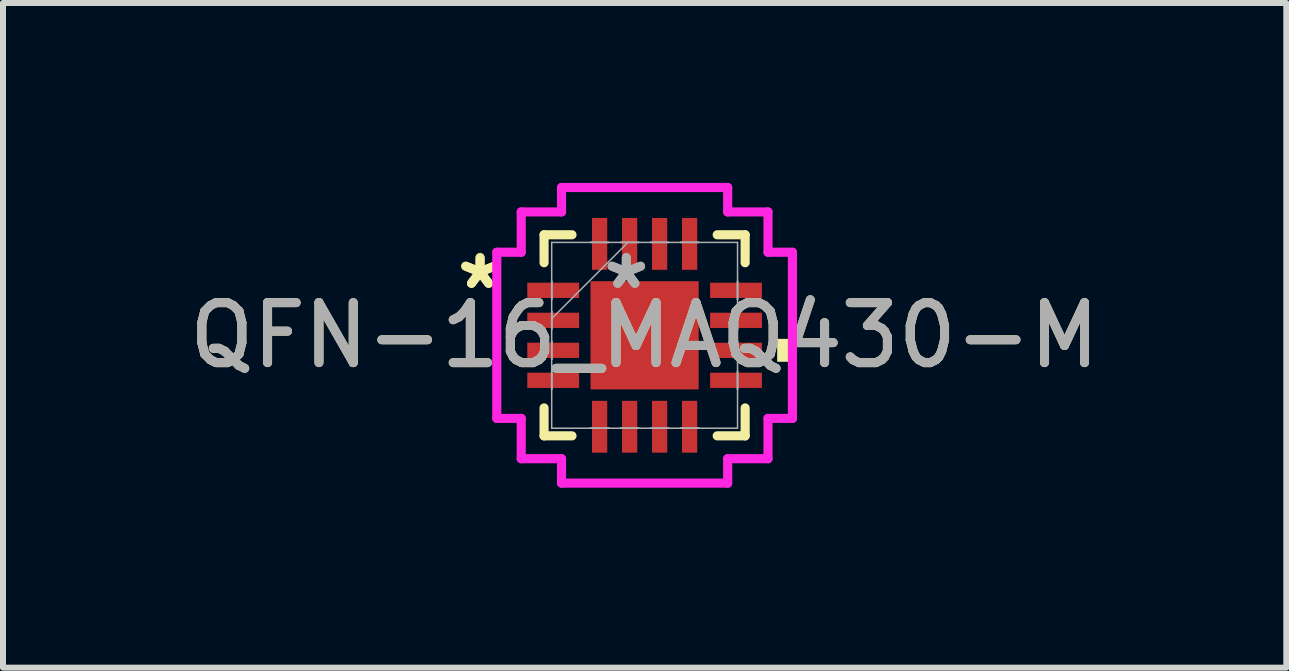
<source format=kicad_pcb>
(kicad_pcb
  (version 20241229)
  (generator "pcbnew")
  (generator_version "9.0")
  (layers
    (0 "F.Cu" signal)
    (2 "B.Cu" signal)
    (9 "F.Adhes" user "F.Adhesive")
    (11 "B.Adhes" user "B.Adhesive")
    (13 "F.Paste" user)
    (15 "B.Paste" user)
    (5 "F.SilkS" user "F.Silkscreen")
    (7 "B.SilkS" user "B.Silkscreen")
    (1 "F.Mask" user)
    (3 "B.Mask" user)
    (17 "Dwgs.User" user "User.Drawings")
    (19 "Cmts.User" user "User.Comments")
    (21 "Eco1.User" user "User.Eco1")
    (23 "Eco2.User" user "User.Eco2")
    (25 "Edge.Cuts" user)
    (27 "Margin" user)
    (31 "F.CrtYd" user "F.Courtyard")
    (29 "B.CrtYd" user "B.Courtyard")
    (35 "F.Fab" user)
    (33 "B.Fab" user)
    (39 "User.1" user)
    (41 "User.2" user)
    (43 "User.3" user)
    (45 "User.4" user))
  (footprint "QFN-16_MAQ430-M"
    (layer "F.Cu")
    (at 7.696 2.54)
    (property "Reference" "QFN-16_MAQ430-M" (at 0 0 0) (unlocked yes) (layer "F.SilkS") (effects (font (size 1 1) (thickness 0.15))))
    (attr smd)
    (fp_line (start -1.676 -1.676) (end -1.676 -1.21) (stroke (width 0.152) (type solid)) (layer "F.SilkS"))
    (fp_line (start -1.676 1.21) (end -1.676 1.676) (stroke (width 0.152) (type solid)) (layer "F.SilkS"))
    (fp_line (start -1.676 1.676) (end -1.21 1.676) (stroke (width 0.152) (type solid)) (layer "F.SilkS"))
    (fp_line (start -1.21 -1.676) (end -1.676 -1.676) (stroke (width 0.152) (type solid)) (layer "F.SilkS"))
    (fp_line (start 1.21 1.676) (end 1.676 1.676) (stroke (width 0.152) (type solid)) (layer "F.SilkS"))
    (fp_line (start 1.676 -1.676) (end 1.21 -1.676) (stroke (width 0.152) (type solid)) (layer "F.SilkS"))
    (fp_line (start 1.676 -1.21) (end 1.676 -1.676) (stroke (width 0.152) (type solid)) (layer "F.SilkS"))
    (fp_line (start 1.676 1.676) (end 1.676 1.21) (stroke (width 0.152) (type solid)) (layer "F.SilkS"))
    (fp_poly (pts (xy 2.464 0.059) (xy 2.464 0.441) (xy 2.21 0.441) (xy 2.21 0.059)) (stroke (width 0) (type solid)) (fill yes) (layer "F.SilkS"))
    (fp_line (start -2.464 -1.385) (end -2.057 -1.385) (stroke (width 0.152) (type solid)) (layer "F.CrtYd"))
    (fp_line (start -2.464 1.385) (end -2.464 -1.385) (stroke (width 0.152) (type solid)) (layer "F.CrtYd"))
    (fp_line (start -2.057 -2.057) (end -1.385 -2.057) (stroke (width 0.152) (type solid)) (layer "F.CrtYd"))
    (fp_line (start -2.057 -1.385) (end -2.057 -2.057) (stroke (width 0.152) (type solid)) (layer "F.CrtYd"))
    (fp_line (start -2.057 1.385) (end -2.464 1.385) (stroke (width 0.152) (type solid)) (layer "F.CrtYd"))
    (fp_line (start -2.057 2.057) (end -2.057 1.385) (stroke (width 0.152) (type solid)) (layer "F.CrtYd"))
    (fp_line (start -1.385 -2.464) (end 1.385 -2.464) (stroke (width 0.152) (type solid)) (layer "F.CrtYd"))
    (fp_line (start -1.385 -2.057) (end -1.385 -2.464) (stroke (width 0.152) (type solid)) (layer "F.CrtYd"))
    (fp_line (start -1.385 2.057) (end -2.057 2.057) (stroke (width 0.152) (type solid)) (layer "F.CrtYd"))
    (fp_line (start -1.385 2.464) (end -1.385 2.057) (stroke (width 0.152) (type solid)) (layer "F.CrtYd"))
    (fp_line (start 1.385 -2.464) (end 1.385 -2.057) (stroke (width 0.152) (type solid)) (layer "F.CrtYd"))
    (fp_line (start 1.385 -2.057) (end 2.057 -2.057) (stroke (width 0.152) (type solid)) (layer "F.CrtYd"))
    (fp_line (start 1.385 2.057) (end 1.385 2.464) (stroke (width 0.152) (type solid)) (layer "F.CrtYd"))
    (fp_line (start 1.385 2.464) (end -1.385 2.464) (stroke (width 0.152) (type solid)) (layer "F.CrtYd"))
    (fp_line (start 2.057 -2.057) (end 2.057 -1.385) (stroke (width 0.152) (type solid)) (layer "F.CrtYd"))
    (fp_line (start 2.057 -1.385) (end 2.464 -1.385) (stroke (width 0.152) (type solid)) (layer "F.CrtYd"))
    (fp_line (start 2.057 1.385) (end 2.057 2.057) (stroke (width 0.152) (type solid)) (layer "F.CrtYd"))
    (fp_line (start 2.057 2.057) (end 1.385 2.057) (stroke (width 0.152) (type solid)) (layer "F.CrtYd"))
    (fp_line (start 2.464 -1.385) (end 2.464 1.385) (stroke (width 0.152) (type solid)) (layer "F.CrtYd"))
    (fp_line (start 2.464 1.385) (end 2.057 1.385) (stroke (width 0.152) (type solid)) (layer "F.CrtYd"))
    (fp_line (start -1.549 -1.549) (end -1.549 1.549) (stroke (width 0.025) (type solid)) (layer "F.Fab"))
    (fp_line (start -1.549 -0.902) (end -1.549 -0.902) (stroke (width 0.025) (type solid)) (layer "F.Fab"))
    (fp_line (start -1.549 -0.902) (end -1.549 -0.598) (stroke (width 0.025) (type solid)) (layer "F.Fab"))
    (fp_line (start -1.549 -0.598) (end -1.549 -0.902) (stroke (width 0.025) (type solid)) (layer "F.Fab"))
    (fp_line (start -1.549 -0.598) (end -1.549 -0.598) (stroke (width 0.025) (type solid)) (layer "F.Fab"))
    (fp_line (start -1.549 -0.402) (end -1.549 -0.402) (stroke (width 0.025) (type solid)) (layer "F.Fab"))
    (fp_line (start -1.549 -0.402) (end -1.549 -0.098) (stroke (width 0.025) (type solid)) (layer "F.Fab"))
    (fp_line (start -1.549 -0.279) (end -0.279 -1.549) (stroke (width 0.025) (type solid)) (layer "F.Fab"))
    (fp_line (start -1.549 -0.098) (end -1.549 -0.402) (stroke (width 0.025) (type solid)) (layer "F.Fab"))
    (fp_line (start -1.549 -0.098) (end -1.549 -0.098) (stroke (width 0.025) (type solid)) (layer "F.Fab"))
    (fp_line (start -1.549 0.098) (end -1.549 0.098) (stroke (width 0.025) (type solid)) (layer "F.Fab"))
    (fp_line (start -1.549 0.098) (end -1.549 0.402) (stroke (width 0.025) (type solid)) (layer "F.Fab"))
    (fp_line (start -1.549 0.402) (end -1.549 0.098) (stroke (width 0.025) (type solid)) (layer "F.Fab"))
    (fp_line (start -1.549 0.402) (end -1.549 0.402) (stroke (width 0.025) (type solid)) (layer "F.Fab"))
    (fp_line (start -1.549 0.598) (end -1.549 0.598) (stroke (width 0.025) (type solid)) (layer "F.Fab"))
    (fp_line (start -1.549 0.598) (end -1.549 0.902) (stroke (width 0.025) (type solid)) (layer "F.Fab"))
    (fp_line (start -1.549 0.902) (end -1.549 0.598) (stroke (width 0.025) (type solid)) (layer "F.Fab"))
    (fp_line (start -1.549 0.902) (end -1.549 0.902) (stroke (width 0.025) (type solid)) (layer "F.Fab"))
    (fp_line (start -1.549 1.549) (end 1.549 1.549) (stroke (width 0.025) (type solid)) (layer "F.Fab"))
    (fp_line (start -0.902 -1.549) (end -0.902 -1.549) (stroke (width 0.025) (type solid)) (layer "F.Fab"))
    (fp_line (start -0.902 -1.549) (end -0.598 -1.549) (stroke (width 0.025) (type solid)) (layer "F.Fab"))
    (fp_line (start -0.902 1.549) (end -0.902 1.549) (stroke (width 0.025) (type solid)) (layer "F.Fab"))
    (fp_line (start -0.902 1.549) (end -0.598 1.549) (stroke (width 0.025) (type solid)) (layer "F.Fab"))
    (fp_line (start -0.598 -1.549) (end -0.902 -1.549) (stroke (width 0.025) (type solid)) (layer "F.Fab"))
    (fp_line (start -0.598 -1.549) (end -0.598 -1.549) (stroke (width 0.025) (type solid)) (layer "F.Fab"))
    (fp_line (start -0.598 1.549) (end -0.902 1.549) (stroke (width 0.025) (type solid)) (layer "F.Fab"))
    (fp_line (start -0.598 1.549) (end -0.598 1.549) (stroke (width 0.025) (type solid)) (layer "F.Fab"))
    (fp_line (start -0.402 -1.549) (end -0.402 -1.549) (stroke (width 0.025) (type solid)) (layer "F.Fab"))
    (fp_line (start -0.402 -1.549) (end -0.098 -1.549) (stroke (width 0.025) (type solid)) (layer "F.Fab"))
    (fp_line (start -0.402 1.549) (end -0.402 1.549) (stroke (width 0.025) (type solid)) (layer "F.Fab"))
    (fp_line (start -0.402 1.549) (end -0.098 1.549) (stroke (width 0.025) (type solid)) (layer "F.Fab"))
    (fp_line (start -0.098 -1.549) (end -0.402 -1.549) (stroke (width 0.025) (type solid)) (layer "F.Fab"))
    (fp_line (start -0.098 -1.549) (end -0.098 -1.549) (stroke (width 0.025) (type solid)) (layer "F.Fab"))
    (fp_line (start -0.098 1.549) (end -0.402 1.549) (stroke (width 0.025) (type solid)) (layer "F.Fab"))
    (fp_line (start -0.098 1.549) (end -0.098 1.549) (stroke (width 0.025) (type solid)) (layer "F.Fab"))
    (fp_line (start 0.098 -1.549) (end 0.098 -1.549) (stroke (width 0.025) (type solid)) (layer "F.Fab"))
    (fp_line (start 0.098 -1.549) (end 0.402 -1.549) (stroke (width 0.025) (type solid)) (layer "F.Fab"))
    (fp_line (start 0.098 1.549) (end 0.098 1.549) (stroke (width 0.025) (type solid)) (layer "F.Fab"))
    (fp_line (start 0.098 1.549) (end 0.402 1.549) (stroke (width 0.025) (type solid)) (layer "F.Fab"))
    (fp_line (start 0.402 -1.549) (end 0.098 -1.549) (stroke (width 0.025) (type solid)) (layer "F.Fab"))
    (fp_line (start 0.402 -1.549) (end 0.402 -1.549) (stroke (width 0.025) (type solid)) (layer "F.Fab"))
    (fp_line (start 0.402 1.549) (end 0.098 1.549) (stroke (width 0.025) (type solid)) (layer "F.Fab"))
    (fp_line (start 0.402 1.549) (end 0.402 1.549) (stroke (width 0.025) (type solid)) (layer "F.Fab"))
    (fp_line (start 0.598 -1.549) (end 0.598 -1.549) (stroke (width 0.025) (type solid)) (layer "F.Fab"))
    (fp_line (start 0.598 -1.549) (end 0.902 -1.549) (stroke (width 0.025) (type solid)) (layer "F.Fab"))
    (fp_line (start 0.598 1.549) (end 0.598 1.549) (stroke (width 0.025) (type solid)) (layer "F.Fab"))
    (fp_line (start 0.598 1.549) (end 0.902 1.549) (stroke (width 0.025) (type solid)) (layer "F.Fab"))
    (fp_line (start 0.902 -1.549) (end 0.598 -1.549) (stroke (width 0.025) (type solid)) (layer "F.Fab"))
    (fp_line (start 0.902 -1.549) (end 0.902 -1.549) (stroke (width 0.025) (type solid)) (layer "F.Fab"))
    (fp_line (start 0.902 1.549) (end 0.598 1.549) (stroke (width 0.025) (type solid)) (layer "F.Fab"))
    (fp_line (start 0.902 1.549) (end 0.902 1.549) (stroke (width 0.025) (type solid)) (layer "F.Fab"))
    (fp_line (start 1.549 -1.549) (end -1.549 -1.549) (stroke (width 0.025) (type solid)) (layer "F.Fab"))
    (fp_line (start 1.549 -0.902) (end 1.549 -0.902) (stroke (width 0.025) (type solid)) (layer "F.Fab"))
    (fp_line (start 1.549 -0.902) (end 1.549 -0.598) (stroke (width 0.025) (type solid)) (layer "F.Fab"))
    (fp_line (start 1.549 -0.598) (end 1.549 -0.902) (stroke (width 0.025) (type solid)) (layer "F.Fab"))
    (fp_line (start 1.549 -0.598) (end 1.549 -0.598) (stroke (width 0.025) (type solid)) (layer "F.Fab"))
    (fp_line (start 1.549 -0.402) (end 1.549 -0.402) (stroke (width 0.025) (type solid)) (layer "F.Fab"))
    (fp_line (start 1.549 -0.402) (end 1.549 -0.098) (stroke (width 0.025) (type solid)) (layer "F.Fab"))
    (fp_line (start 1.549 -0.098) (end 1.549 -0.402) (stroke (width 0.025) (type solid)) (layer "F.Fab"))
    (fp_line (start 1.549 -0.098) (end 1.549 -0.098) (stroke (width 0.025) (type solid)) (layer "F.Fab"))
    (fp_line (start 1.549 0.098) (end 1.549 0.098) (stroke (width 0.025) (type solid)) (layer "F.Fab"))
    (fp_line (start 1.549 0.098) (end 1.549 0.402) (stroke (width 0.025) (type solid)) (layer "F.Fab"))
    (fp_line (start 1.549 0.402) (end 1.549 0.098) (stroke (width 0.025) (type solid)) (layer "F.Fab"))
    (fp_line (start 1.549 0.402) (end 1.549 0.402) (stroke (width 0.025) (type solid)) (layer "F.Fab"))
    (fp_line (start 1.549 0.598) (end 1.549 0.598) (stroke (width 0.025) (type solid)) (layer "F.Fab"))
    (fp_line (start 1.549 0.598) (end 1.549 0.902) (stroke (width 0.025) (type solid)) (layer "F.Fab"))
    (fp_line (start 1.549 0.902) (end 1.549 0.598) (stroke (width 0.025) (type solid)) (layer "F.Fab"))
    (fp_line (start 1.549 0.902) (end 1.549 0.902) (stroke (width 0.025) (type solid)) (layer "F.Fab"))
    (fp_line (start 1.549 1.549) (end 1.549 -1.549) (stroke (width 0.025) (type solid)) (layer "F.Fab"))
    (fp_text user "*" (at -2.743 -0.75 0) (unlocked yes) (layer "F.SilkS") (effects (font (size 1 1) (thickness 0.15))))
    (fp_text user "*" (at -2.743 -0.75 0) (layer "F.SilkS") (effects (font (size 1 1) (thickness 0.15))))
    (fp_text user "*" (at -0.305 -0.75 0) (layer "F.Fab") (effects (font (size 1 1) (thickness 0.15))))
    (fp_text user "*" (at -0.305 -0.75 0) (unlocked yes) (layer "F.Fab") (effects (font (size 1 1) (thickness 0.15))))
    (fp_text user "${REFERENCE}" (at 0 0 0) (unlocked yes) (layer "F.Fab") (effects (font (size 1 1) (thickness 0.15))))
    (pad "1" smd rect (at -1.524 -0.75 90) (size 0.254 0.864) (layers "F.Cu" "F.Mask" "F.Paste"))
    (pad "2" smd rect (at -1.524 -0.25 90) (size 0.254 0.864) (layers "F.Cu" "F.Mask" "F.Paste"))
    (pad "3" smd rect (at -1.524 0.25 90) (size 0.254 0.864) (layers "F.Cu" "F.Mask" "F.Paste"))
    (pad "4" smd rect (at -1.524 0.75 90) (size 0.254 0.864) (layers "F.Cu" "F.Mask" "F.Paste"))
    (pad "5" smd rect (at -0.75 1.524) (size 0.254 0.864) (layers "F.Cu" "F.Mask" "F.Paste"))
    (pad "6" smd rect (at -0.25 1.524) (size 0.254 0.864) (layers "F.Cu" "F.Mask" "F.Paste"))
    (pad "7" smd rect (at 0.25 1.524) (size 0.254 0.864) (layers "F.Cu" "F.Mask" "F.Paste"))
    (pad "8" smd rect (at 0.75 1.524) (size 0.254 0.864) (layers "F.Cu" "F.Mask" "F.Paste"))
    (pad "9" smd rect (at 1.524 0.75 90) (size 0.254 0.864) (layers "F.Cu" "F.Mask" "F.Paste"))
    (pad "10" smd rect (at 1.524 0.25 90) (size 0.254 0.864) (layers "F.Cu" "F.Mask" "F.Paste"))
    (pad "11" smd rect (at 1.524 -0.25 90) (size 0.254 0.864) (layers "F.Cu" "F.Mask" "F.Paste"))
    (pad "12" smd rect (at 1.524 -0.75 90) (size 0.254 0.864) (layers "F.Cu" "F.Mask" "F.Paste"))
    (pad "13" smd rect (at 0.75 -1.524) (size 0.254 0.864) (layers "F.Cu" "F.Mask" "F.Paste"))
    (pad "14" smd rect (at 0.25 -1.524) (size 0.254 0.864) (layers "F.Cu" "F.Mask" "F.Paste"))
    (pad "15" smd rect (at -0.25 -1.524) (size 0.254 0.864) (layers "F.Cu" "F.Mask" "F.Paste"))
    (pad "16" smd rect (at -0.75 -1.524) (size 0.254 0.864) (layers "F.Cu" "F.Mask" "F.Paste"))
    (pad "17" smd rect (at 0 0) (size 1.803 1.803) (layers "F.Cu" "F.Mask" "F.Paste")))
  (gr_rect
    (start -3 -3)
    (end 18.393 8.08)
    (stroke (width 0.1) (type default))
    (fill no)
    (layer "Edge.Cuts")))
</source>
